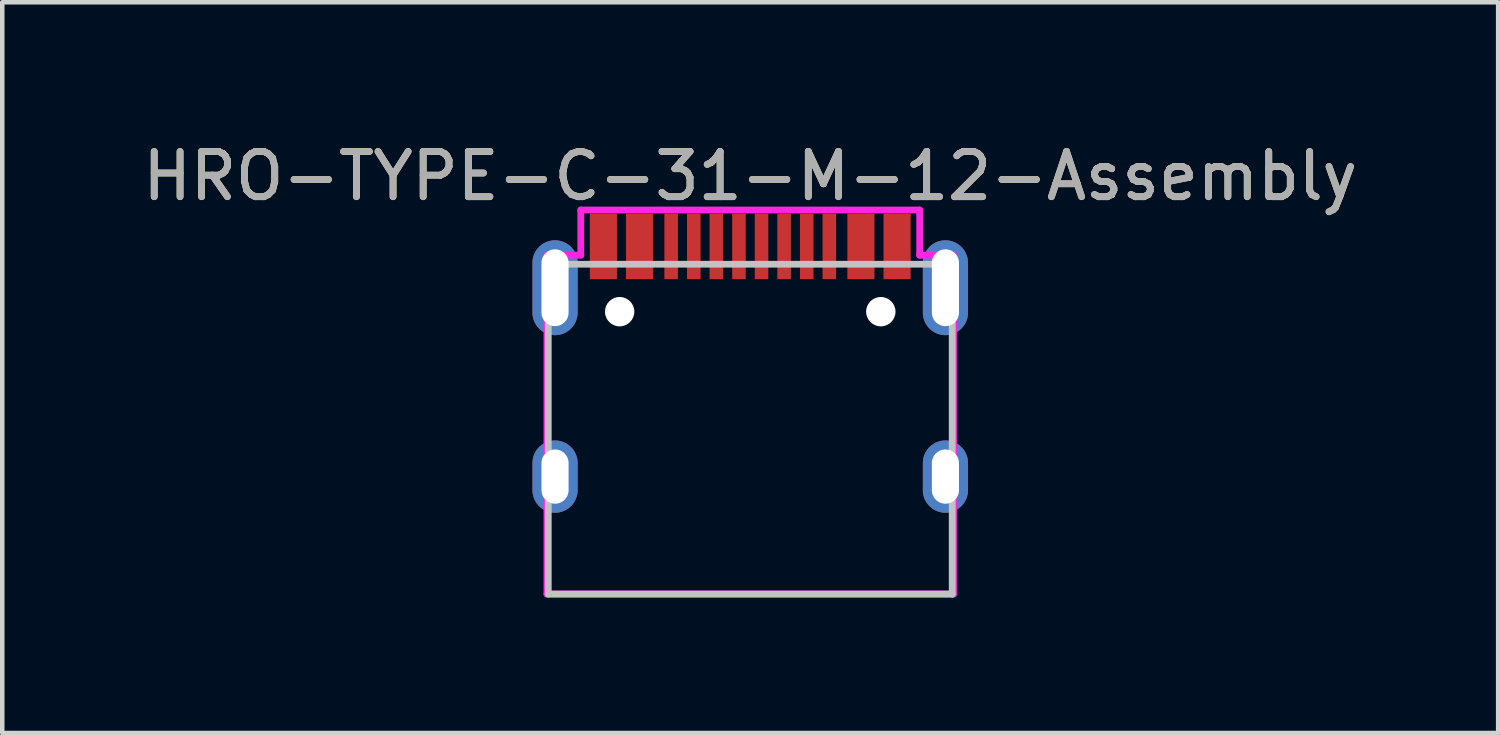
<source format=kicad_pcb>
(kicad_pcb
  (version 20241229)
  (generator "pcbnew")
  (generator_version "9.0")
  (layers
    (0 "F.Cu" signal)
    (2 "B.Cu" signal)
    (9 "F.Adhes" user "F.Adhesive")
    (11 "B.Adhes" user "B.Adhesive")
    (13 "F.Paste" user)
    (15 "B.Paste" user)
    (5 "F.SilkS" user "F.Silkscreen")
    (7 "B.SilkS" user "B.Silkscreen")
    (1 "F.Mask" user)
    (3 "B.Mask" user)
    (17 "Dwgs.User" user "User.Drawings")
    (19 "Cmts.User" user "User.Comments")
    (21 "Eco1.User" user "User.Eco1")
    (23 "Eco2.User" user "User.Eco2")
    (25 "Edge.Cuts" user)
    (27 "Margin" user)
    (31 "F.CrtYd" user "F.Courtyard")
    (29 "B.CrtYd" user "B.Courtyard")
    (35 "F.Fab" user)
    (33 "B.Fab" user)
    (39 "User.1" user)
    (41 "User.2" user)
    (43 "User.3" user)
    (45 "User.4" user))
  (footprint "HRO-TYPE-C-31-M-12-Assembly"
    (layer "F.Cu")
    (at 13.554 5.064)
    (property "Reference" "HRO-TYPE-C-31-M-12-Assembly" (at 0 -4.216 0) (layer "F.SilkS") (effects (font (size 1 1) (thickness 0.15))))
    (attr smd)
    (fp_line (start -4.47 -2.266) (end 4.47 -2.266) (stroke (width 0.15) (type solid)) (layer "Dwgs.User"))
    (fp_line (start -4.47 5.034) (end -4.47 -2.266) (stroke (width 0.15) (type solid)) (layer "Dwgs.User"))
    (fp_line (start -4.47 5.034) (end 4.47 5.034) (stroke (width 0.15) (type solid)) (layer "Dwgs.User"))
    (fp_line (start 4.47 5.034) (end 4.47 -2.266) (stroke (width 0.15) (type solid)) (layer "Dwgs.User"))
    (fp_line (start -4.5 -2.466) (end -3.75 -2.466) (stroke (width 0.15) (type solid)) (layer "F.CrtYd"))
    (fp_line (start -4.5 5.034) (end -4.5 -2.466) (stroke (width 0.15) (type solid)) (layer "F.CrtYd"))
    (fp_line (start -3.75 -3.466) (end 3.75 -3.466) (stroke (width 0.15) (type solid)) (layer "F.CrtYd"))
    (fp_line (start -3.75 -2.466) (end -3.75 -3.466) (stroke (width 0.15) (type solid)) (layer "F.CrtYd"))
    (fp_line (start 3.75 -3.466) (end 3.75 -2.466) (stroke (width 0.15) (type solid)) (layer "F.CrtYd"))
    (fp_line (start 3.75 -2.466) (end 4.5 -2.466) (stroke (width 0.15) (type solid)) (layer "F.CrtYd"))
    (fp_line (start 4.5 -2.466) (end 4.5 5.034) (stroke (width 0.15) (type solid)) (layer "F.CrtYd"))
    (fp_line (start 4.5 5.034) (end -4.5 5.034) (stroke (width 0.15) (type solid)) (layer "F.CrtYd"))
    (fp_text user "${REFERENCE}" (at 0 -4.216 0) (layer "F.Fab") (effects (font (size 1 1) (thickness 0.15))))
    (pad "" np_thru_hole circle (at -2.89 -1.216) (size 0.65 0.65) (drill 0.65) (layers "*.Cu" "*.Mask"))
    (pad "" np_thru_hole circle (at 2.89 -1.216) (size 0.65 0.65) (drill 0.65) (layers "*.Cu" "*.Mask"))
    (pad "1" smd rect (at -3.25 -2.661) (size 0.6 1.45) (layers "F.Cu" "F.Mask" "F.Paste"))
    (pad "2" smd rect (at -2.45 -2.661) (size 0.6 1.45) (layers "F.Cu" "F.Mask" "F.Paste"))
    (pad "3" smd rect (at -1.75 -2.661) (size 0.3 1.45) (layers "F.Cu" "F.Mask" "F.Paste"))
    (pad "4" smd rect (at -1.25 -2.661) (size 0.3 1.45) (layers "F.Cu" "F.Mask" "F.Paste"))
    (pad "5" smd rect (at -0.75 -2.661) (size 0.3 1.45) (layers "F.Cu" "F.Mask" "F.Paste"))
    (pad "6" smd rect (at -0.25 -2.661) (size 0.3 1.45) (layers "F.Cu" "F.Mask" "F.Paste"))
    (pad "7" smd rect (at 0.25 -2.661) (size 0.3 1.45) (layers "F.Cu" "F.Mask" "F.Paste"))
    (pad "8" smd rect (at 0.75 -2.661) (size 0.3 1.45) (layers "F.Cu" "F.Mask" "F.Paste"))
    (pad "9" smd rect (at 1.25 -2.661) (size 0.3 1.45) (layers "F.Cu" "F.Mask" "F.Paste"))
    (pad "10" smd rect (at 1.75 -2.661) (size 0.3 1.45) (layers "F.Cu" "F.Mask" "F.Paste"))
    (pad "11" smd rect (at 2.45 -2.661) (size 0.6 1.45) (layers "F.Cu" "F.Mask" "F.Paste"))
    (pad "12" smd rect (at 3.25 -2.661) (size 0.6 1.45) (layers "F.Cu" "F.Mask" "F.Paste"))
    (pad "13" thru_hole oval (at -4.32 -1.746) (size 1 2.1) (drill oval 0.6 1.7) (layers "*.Cu" "*.Mask"))
    (pad "13" thru_hole oval (at -4.32 2.434) (size 1 1.6) (drill oval 0.6 1.2) (layers "*.Cu" "*.Mask"))
    (pad "13" thru_hole oval (at 4.32 -1.746) (size 1 2.1) (drill oval 0.6 1.7) (layers "*.Cu" "*.Mask"))
    (pad "13" thru_hole oval (at 4.32 2.434) (size 1 1.6) (drill oval 0.6 1.2) (layers "*.Cu" "*.Mask")))
  (gr_rect
    (start -3 -3)
    (end 30.107 13.173)
    (stroke (width 0.1) (type default))
    (fill no)
    (layer "Edge.Cuts")))
</source>
